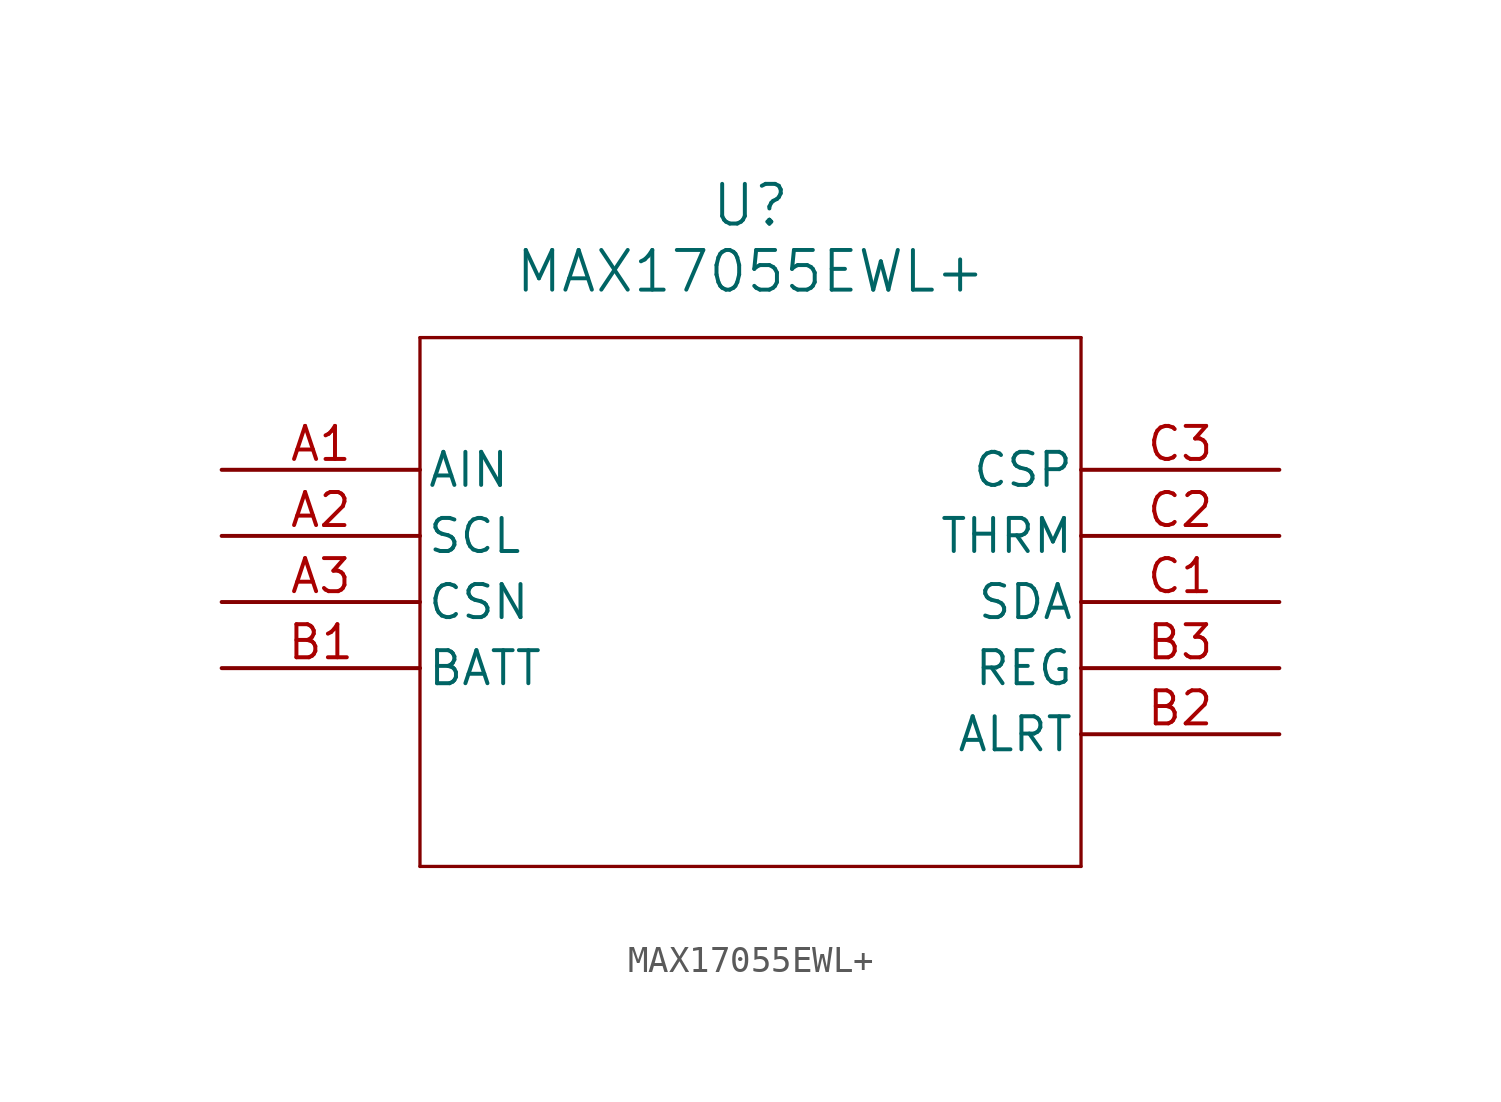
<source format=kicad_sym>
(kicad_symbol_lib
  (version 20211014)
  (generator kicad_symbol_editor)
  (symbol "MAX17055EWL+"
    (pin_names
      (offset 0.254))
    (property "Reference" "U"
      (at 20.32 10.16 0)
      (effects (font (size 1.524 1.524))))
    (property "Value" "MAX17055EWL+"
      (at 20.32 7.62 0)
      (effects (font (size 1.524 1.524))))
    (symbol "MAX17055EWL+_0_1"
      (polyline (pts (xy 7.62 5.08) (xy 7.62 -15.24)) (stroke (width 0.127) (type default) (color 0 0 0 0)) (fill (type none)))
      (polyline (pts (xy 7.62 -15.24) (xy 33.02 -15.24)) (stroke (width 0.127) (type default) (color 0 0 0 0)) (fill (type none)))
      (polyline (pts (xy 33.02 -15.24) (xy 33.02 5.08)) (stroke (width 0.127) (type default) (color 0 0 0 0)) (fill (type none)))
      (polyline (pts (xy 33.02 5.08) (xy 7.62 5.08)) (stroke (width 0.127) (type default) (color 0 0 0 0)) (fill (type none)))
      (pin input line (at 0 0 0) (length 7.62) (name "AIN" (effects (font (size 1.27 1.27)))) (number "A1" (effects (font (size 1.27 1.27)))))
      (pin input line (at 0 -2.54 0) (length 7.62) (name "SCL" (effects (font (size 1.27 1.27)))) (number "A2" (effects (font (size 1.27 1.27)))))
      (pin unspecified line (at 0 -5.08 0) (length 7.62) (name "CSN" (effects (font (size 1.27 1.27)))) (number "A3" (effects (font (size 1.27 1.27)))))
      (pin unspecified line (at 0 -7.62 0) (length 7.62) (name "BATT" (effects (font (size 1.27 1.27)))) (number "B1" (effects (font (size 1.27 1.27)))))
      (pin output line (at 40.64 -10.16 180) (length 7.62) (name "ALRT" (effects (font (size 1.27 1.27)))) (number "B2" (effects (font (size 1.27 1.27)))))
      (pin output line (at 40.64 -7.62 180) (length 7.62) (name "REG" (effects (font (size 1.27 1.27)))) (number "B3" (effects (font (size 1.27 1.27)))))
      (pin bidirectional line (at 40.64 -5.08 180) (length 7.62) (name "SDA" (effects (font (size 1.27 1.27)))) (number "C1" (effects (font (size 1.27 1.27)))))
      (pin unspecified line (at 40.64 -2.54 180) (length 7.62) (name "THRM" (effects (font (size 1.27 1.27)))) (number "C2" (effects (font (size 1.27 1.27)))))
      (pin unspecified line (at 40.64 0 180) (length 7.62) (name "CSP" (effects (font (size 1.27 1.27)))) (number "C3" (effects (font (size 1.27 1.27))))))))
</source>
